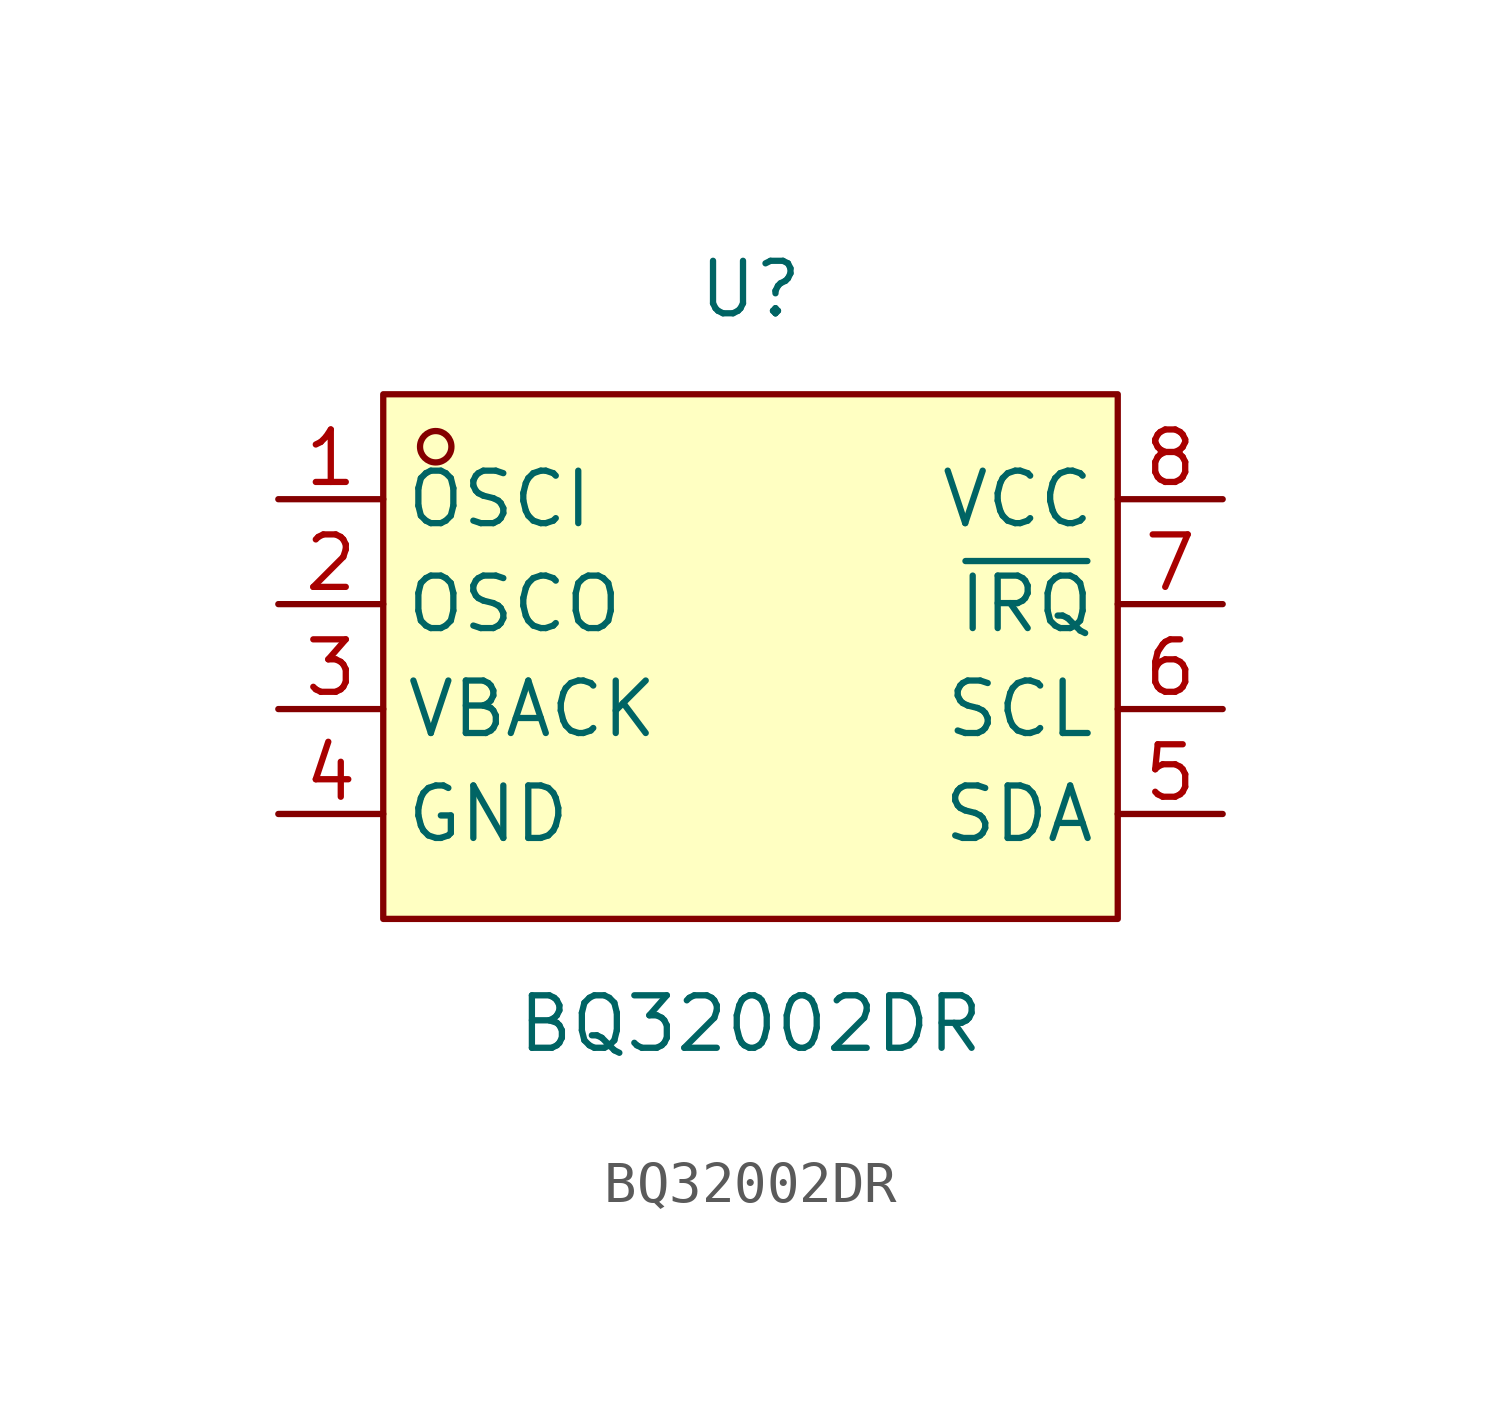
<source format=kicad_sym>
(kicad_symbol_lib
  (version 20211014)
  (generator https://github.com/uPesy/easyeda2kicad.py)
  (symbol "BQ32002DR"
    (property "Reference" "U"
      (at 0 8.89 0)
      (effects (font (size 1.27 1.27))))
    (property "Value" "BQ32002DR"
      (at 0 -8.89 0)
      (effects (font (size 1.27 1.27))))
    (symbol "BQ32002DR_0_1"
      (rectangle (start -8.89 6.35) (end 8.89 -6.35) (stroke (width 0) (type default) (color 0 0 0 0)) (fill (type background)))
      (circle (center -7.62 5.08) (radius 0.38) (stroke (width 0) (type default) (color 0 0 0 0)) (fill (type none)))
      (pin unspecified line (at -11.43 3.81 0) (length 2.54) (name "OSCI" (effects (font (size 1.27 1.27)))) (number "1" (effects (font (size 1.27 1.27)))))
      (pin unspecified line (at -11.43 1.27 0) (length 2.54) (name "OSCO" (effects (font (size 1.27 1.27)))) (number "2" (effects (font (size 1.27 1.27)))))
      (pin unspecified line (at -11.43 -1.27 0) (length 2.54) (name "VBACK" (effects (font (size 1.27 1.27)))) (number "3" (effects (font (size 1.27 1.27)))))
      (pin unspecified line (at -11.43 -3.81 0) (length 2.54) (name "GND" (effects (font (size 1.27 1.27)))) (number "4" (effects (font (size 1.27 1.27)))))
      (pin unspecified line (at 11.43 -3.81 180) (length 2.54) (name "SDA" (effects (font (size 1.27 1.27)))) (number "5" (effects (font (size 1.27 1.27)))))
      (pin unspecified line (at 11.43 -1.27 180) (length 2.54) (name "SCL" (effects (font (size 1.27 1.27)))) (number "6" (effects (font (size 1.27 1.27)))))
      (pin unspecified line (at 11.43 1.27 180) (length 2.54) (name "~{IRQ}" (effects (font (size 1.27 1.27)))) (number "7" (effects (font (size 1.27 1.27)))))
      (pin unspecified line (at 11.43 3.81 180) (length 2.54) (name "VCC" (effects (font (size 1.27 1.27)))) (number "8" (effects (font (size 1.27 1.27))))))))
</source>
